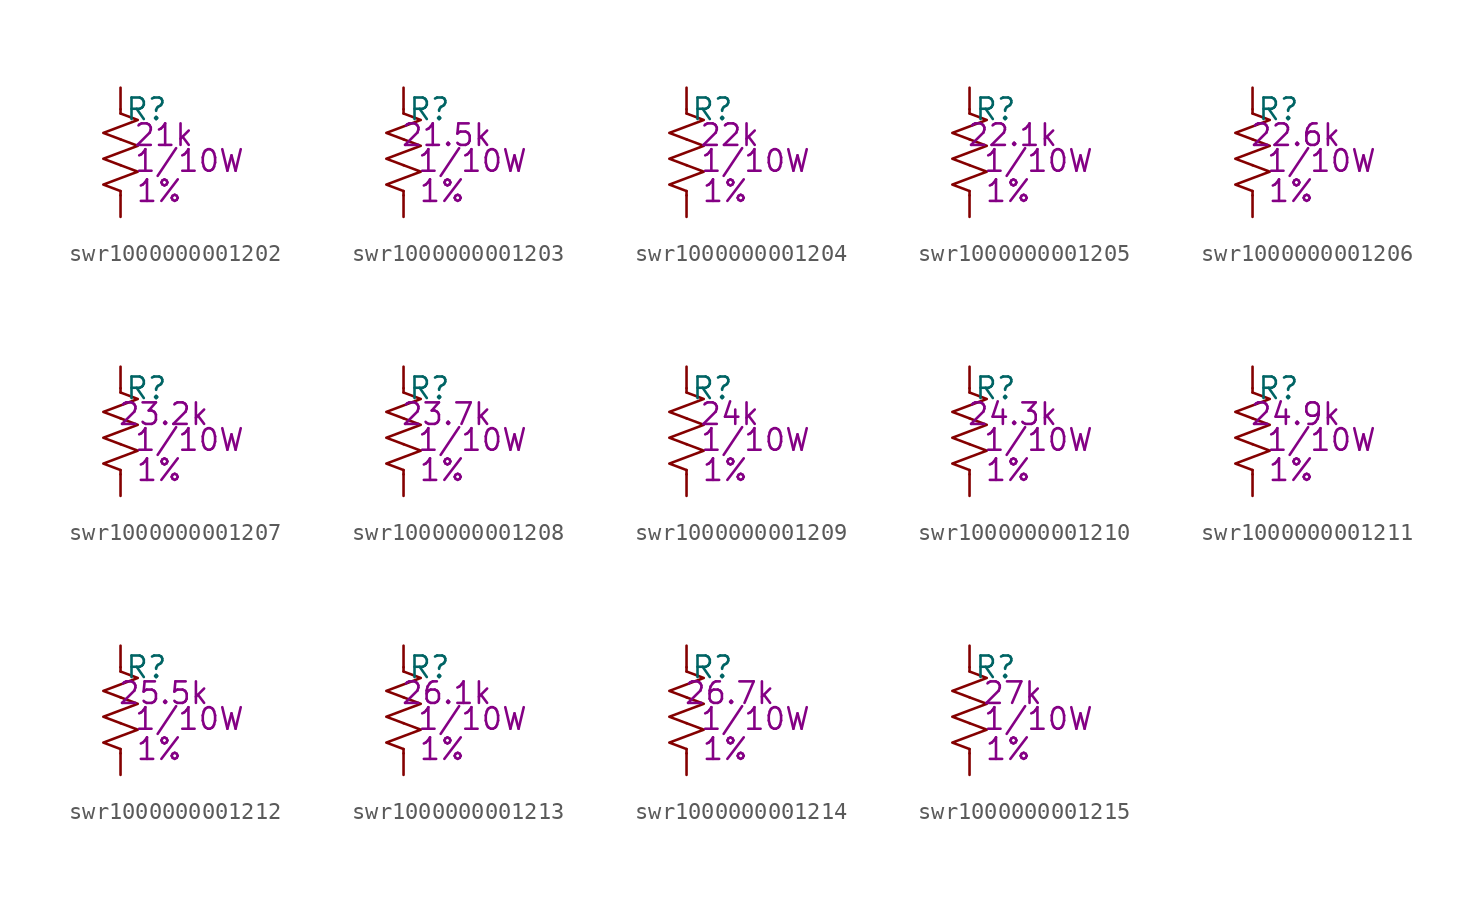
<source format=kicad_sym>
(kicad_symbol_lib
  (version 20211014)
  (generator kicad_symbol_editor)
  (symbol "swr1000000001202"
    (pin_numbers hide)
    (pin_names
      (offset 1.016))
    (property "Reference" "R"
      (at 1.524 2.54 0)
      (effects (font (size 1.27 1.27))))
    (property "PartValue" "21k"
      (at 2.54 1.016 0)
      (effects (font (size 1.27 1.27))))
    (property "Tolerance" "1%"
      (at 2.286 -2.286 0)
      (effects (font (size 1.27 1.27))))
    (property "Wattage" "1/10W"
      (at 4.064 -0.508 0)
      (effects (font (size 1.27 1.27))))
    (symbol "swr1000000001202_1_1"
      (polyline (pts (xy 0 -2.286) (xy 0 -2.54)) (stroke (width 0) (type default) (color 0 0 0 0)) (fill (type none)))
      (polyline (pts (xy 0 2.286) (xy 0 2.54)) (stroke (width 0) (type default) (color 0 0 0 0)) (fill (type none)))
      (polyline (pts (xy 0 -0.762) (xy 1.016 -1.143) (xy 0 -1.524) (xy -1.016 -1.905) (xy 0 -2.286)) (stroke (width 0) (type default) (color 0 0 0 0)) (fill (type none)))
      (polyline (pts (xy 0 0.762) (xy 1.016 0.381) (xy 0 0) (xy -1.016 -0.381) (xy 0 -0.762)) (stroke (width 0) (type default) (color 0 0 0 0)) (fill (type none)))
      (polyline (pts (xy 0 2.286) (xy 1.016 1.905) (xy 0 1.524) (xy -1.016 1.143) (xy 0 0.762)) (stroke (width 0) (type default) (color 0 0 0 0)) (fill (type none)))
      (pin passive line (at 0 3.81 270) (length 1.27) (name "~" (effects (font (size 1.27 1.27)))) (number "1" (effects (font (size 1.27 1.27)))))
      (pin passive line (at 0 -3.81 90) (length 1.27) (name "~" (effects (font (size 1.27 1.27)))) (number "2" (effects (font (size 1.27 1.27)))))))
  (symbol "swr1000000001203"
    (pin_numbers hide)
    (pin_names
      (offset 1.016))
    (property "Reference" "R"
      (at 1.524 2.54 0)
      (effects (font (size 1.27 1.27))))
    (property "PartValue" "21.5k"
      (at 2.54 1.016 0)
      (effects (font (size 1.27 1.27))))
    (property "Tolerance" "1%"
      (at 2.286 -2.286 0)
      (effects (font (size 1.27 1.27))))
    (property "Wattage" "1/10W"
      (at 4.064 -0.508 0)
      (effects (font (size 1.27 1.27))))
    (symbol "swr1000000001203_1_1"
      (polyline (pts (xy 0 -2.286) (xy 0 -2.54)) (stroke (width 0) (type default) (color 0 0 0 0)) (fill (type none)))
      (polyline (pts (xy 0 2.286) (xy 0 2.54)) (stroke (width 0) (type default) (color 0 0 0 0)) (fill (type none)))
      (polyline (pts (xy 0 -0.762) (xy 1.016 -1.143) (xy 0 -1.524) (xy -1.016 -1.905) (xy 0 -2.286)) (stroke (width 0) (type default) (color 0 0 0 0)) (fill (type none)))
      (polyline (pts (xy 0 0.762) (xy 1.016 0.381) (xy 0 0) (xy -1.016 -0.381) (xy 0 -0.762)) (stroke (width 0) (type default) (color 0 0 0 0)) (fill (type none)))
      (polyline (pts (xy 0 2.286) (xy 1.016 1.905) (xy 0 1.524) (xy -1.016 1.143) (xy 0 0.762)) (stroke (width 0) (type default) (color 0 0 0 0)) (fill (type none)))
      (pin passive line (at 0 3.81 270) (length 1.27) (name "~" (effects (font (size 1.27 1.27)))) (number "1" (effects (font (size 1.27 1.27)))))
      (pin passive line (at 0 -3.81 90) (length 1.27) (name "~" (effects (font (size 1.27 1.27)))) (number "2" (effects (font (size 1.27 1.27)))))))
  (symbol "swr1000000001204"
    (pin_numbers hide)
    (pin_names
      (offset 1.016))
    (property "Reference" "R"
      (at 1.524 2.54 0)
      (effects (font (size 1.27 1.27))))
    (property "PartValue" "22k"
      (at 2.54 1.016 0)
      (effects (font (size 1.27 1.27))))
    (property "Tolerance" "1%"
      (at 2.286 -2.286 0)
      (effects (font (size 1.27 1.27))))
    (property "Wattage" "1/10W"
      (at 4.064 -0.508 0)
      (effects (font (size 1.27 1.27))))
    (symbol "swr1000000001204_1_1"
      (polyline (pts (xy 0 -2.286) (xy 0 -2.54)) (stroke (width 0) (type default) (color 0 0 0 0)) (fill (type none)))
      (polyline (pts (xy 0 2.286) (xy 0 2.54)) (stroke (width 0) (type default) (color 0 0 0 0)) (fill (type none)))
      (polyline (pts (xy 0 -0.762) (xy 1.016 -1.143) (xy 0 -1.524) (xy -1.016 -1.905) (xy 0 -2.286)) (stroke (width 0) (type default) (color 0 0 0 0)) (fill (type none)))
      (polyline (pts (xy 0 0.762) (xy 1.016 0.381) (xy 0 0) (xy -1.016 -0.381) (xy 0 -0.762)) (stroke (width 0) (type default) (color 0 0 0 0)) (fill (type none)))
      (polyline (pts (xy 0 2.286) (xy 1.016 1.905) (xy 0 1.524) (xy -1.016 1.143) (xy 0 0.762)) (stroke (width 0) (type default) (color 0 0 0 0)) (fill (type none)))
      (pin passive line (at 0 3.81 270) (length 1.27) (name "~" (effects (font (size 1.27 1.27)))) (number "1" (effects (font (size 1.27 1.27)))))
      (pin passive line (at 0 -3.81 90) (length 1.27) (name "~" (effects (font (size 1.27 1.27)))) (number "2" (effects (font (size 1.27 1.27)))))))
  (symbol "swr1000000001205"
    (pin_numbers hide)
    (pin_names
      (offset 1.016))
    (property "Reference" "R"
      (at 1.524 2.54 0)
      (effects (font (size 1.27 1.27))))
    (property "PartValue" "22.1k"
      (at 2.54 1.016 0)
      (effects (font (size 1.27 1.27))))
    (property "Tolerance" "1%"
      (at 2.286 -2.286 0)
      (effects (font (size 1.27 1.27))))
    (property "Wattage" "1/10W"
      (at 4.064 -0.508 0)
      (effects (font (size 1.27 1.27))))
    (symbol "swr1000000001205_1_1"
      (polyline (pts (xy 0 -2.286) (xy 0 -2.54)) (stroke (width 0) (type default) (color 0 0 0 0)) (fill (type none)))
      (polyline (pts (xy 0 2.286) (xy 0 2.54)) (stroke (width 0) (type default) (color 0 0 0 0)) (fill (type none)))
      (polyline (pts (xy 0 -0.762) (xy 1.016 -1.143) (xy 0 -1.524) (xy -1.016 -1.905) (xy 0 -2.286)) (stroke (width 0) (type default) (color 0 0 0 0)) (fill (type none)))
      (polyline (pts (xy 0 0.762) (xy 1.016 0.381) (xy 0 0) (xy -1.016 -0.381) (xy 0 -0.762)) (stroke (width 0) (type default) (color 0 0 0 0)) (fill (type none)))
      (polyline (pts (xy 0 2.286) (xy 1.016 1.905) (xy 0 1.524) (xy -1.016 1.143) (xy 0 0.762)) (stroke (width 0) (type default) (color 0 0 0 0)) (fill (type none)))
      (pin passive line (at 0 3.81 270) (length 1.27) (name "~" (effects (font (size 1.27 1.27)))) (number "1" (effects (font (size 1.27 1.27)))))
      (pin passive line (at 0 -3.81 90) (length 1.27) (name "~" (effects (font (size 1.27 1.27)))) (number "2" (effects (font (size 1.27 1.27)))))))
  (symbol "swr1000000001206"
    (pin_numbers hide)
    (pin_names
      (offset 1.016))
    (property "Reference" "R"
      (at 1.524 2.54 0)
      (effects (font (size 1.27 1.27))))
    (property "PartValue" "22.6k"
      (at 2.54 1.016 0)
      (effects (font (size 1.27 1.27))))
    (property "Tolerance" "1%"
      (at 2.286 -2.286 0)
      (effects (font (size 1.27 1.27))))
    (property "Wattage" "1/10W"
      (at 4.064 -0.508 0)
      (effects (font (size 1.27 1.27))))
    (symbol "swr1000000001206_1_1"
      (polyline (pts (xy 0 -2.286) (xy 0 -2.54)) (stroke (width 0) (type default) (color 0 0 0 0)) (fill (type none)))
      (polyline (pts (xy 0 2.286) (xy 0 2.54)) (stroke (width 0) (type default) (color 0 0 0 0)) (fill (type none)))
      (polyline (pts (xy 0 -0.762) (xy 1.016 -1.143) (xy 0 -1.524) (xy -1.016 -1.905) (xy 0 -2.286)) (stroke (width 0) (type default) (color 0 0 0 0)) (fill (type none)))
      (polyline (pts (xy 0 0.762) (xy 1.016 0.381) (xy 0 0) (xy -1.016 -0.381) (xy 0 -0.762)) (stroke (width 0) (type default) (color 0 0 0 0)) (fill (type none)))
      (polyline (pts (xy 0 2.286) (xy 1.016 1.905) (xy 0 1.524) (xy -1.016 1.143) (xy 0 0.762)) (stroke (width 0) (type default) (color 0 0 0 0)) (fill (type none)))
      (pin passive line (at 0 3.81 270) (length 1.27) (name "~" (effects (font (size 1.27 1.27)))) (number "1" (effects (font (size 1.27 1.27)))))
      (pin passive line (at 0 -3.81 90) (length 1.27) (name "~" (effects (font (size 1.27 1.27)))) (number "2" (effects (font (size 1.27 1.27)))))))
  (symbol "swr1000000001207"
    (pin_numbers hide)
    (pin_names
      (offset 1.016))
    (property "Reference" "R"
      (at 1.524 2.54 0)
      (effects (font (size 1.27 1.27))))
    (property "PartValue" "23.2k"
      (at 2.54 1.016 0)
      (effects (font (size 1.27 1.27))))
    (property "Tolerance" "1%"
      (at 2.286 -2.286 0)
      (effects (font (size 1.27 1.27))))
    (property "Wattage" "1/10W"
      (at 4.064 -0.508 0)
      (effects (font (size 1.27 1.27))))
    (symbol "swr1000000001207_1_1"
      (polyline (pts (xy 0 -2.286) (xy 0 -2.54)) (stroke (width 0) (type default) (color 0 0 0 0)) (fill (type none)))
      (polyline (pts (xy 0 2.286) (xy 0 2.54)) (stroke (width 0) (type default) (color 0 0 0 0)) (fill (type none)))
      (polyline (pts (xy 0 -0.762) (xy 1.016 -1.143) (xy 0 -1.524) (xy -1.016 -1.905) (xy 0 -2.286)) (stroke (width 0) (type default) (color 0 0 0 0)) (fill (type none)))
      (polyline (pts (xy 0 0.762) (xy 1.016 0.381) (xy 0 0) (xy -1.016 -0.381) (xy 0 -0.762)) (stroke (width 0) (type default) (color 0 0 0 0)) (fill (type none)))
      (polyline (pts (xy 0 2.286) (xy 1.016 1.905) (xy 0 1.524) (xy -1.016 1.143) (xy 0 0.762)) (stroke (width 0) (type default) (color 0 0 0 0)) (fill (type none)))
      (pin passive line (at 0 3.81 270) (length 1.27) (name "~" (effects (font (size 1.27 1.27)))) (number "1" (effects (font (size 1.27 1.27)))))
      (pin passive line (at 0 -3.81 90) (length 1.27) (name "~" (effects (font (size 1.27 1.27)))) (number "2" (effects (font (size 1.27 1.27)))))))
  (symbol "swr1000000001208"
    (pin_numbers hide)
    (pin_names
      (offset 1.016))
    (property "Reference" "R"
      (at 1.524 2.54 0)
      (effects (font (size 1.27 1.27))))
    (property "PartValue" "23.7k"
      (at 2.54 1.016 0)
      (effects (font (size 1.27 1.27))))
    (property "Tolerance" "1%"
      (at 2.286 -2.286 0)
      (effects (font (size 1.27 1.27))))
    (property "Wattage" "1/10W"
      (at 4.064 -0.508 0)
      (effects (font (size 1.27 1.27))))
    (symbol "swr1000000001208_1_1"
      (polyline (pts (xy 0 -2.286) (xy 0 -2.54)) (stroke (width 0) (type default) (color 0 0 0 0)) (fill (type none)))
      (polyline (pts (xy 0 2.286) (xy 0 2.54)) (stroke (width 0) (type default) (color 0 0 0 0)) (fill (type none)))
      (polyline (pts (xy 0 -0.762) (xy 1.016 -1.143) (xy 0 -1.524) (xy -1.016 -1.905) (xy 0 -2.286)) (stroke (width 0) (type default) (color 0 0 0 0)) (fill (type none)))
      (polyline (pts (xy 0 0.762) (xy 1.016 0.381) (xy 0 0) (xy -1.016 -0.381) (xy 0 -0.762)) (stroke (width 0) (type default) (color 0 0 0 0)) (fill (type none)))
      (polyline (pts (xy 0 2.286) (xy 1.016 1.905) (xy 0 1.524) (xy -1.016 1.143) (xy 0 0.762)) (stroke (width 0) (type default) (color 0 0 0 0)) (fill (type none)))
      (pin passive line (at 0 3.81 270) (length 1.27) (name "~" (effects (font (size 1.27 1.27)))) (number "1" (effects (font (size 1.27 1.27)))))
      (pin passive line (at 0 -3.81 90) (length 1.27) (name "~" (effects (font (size 1.27 1.27)))) (number "2" (effects (font (size 1.27 1.27)))))))
  (symbol "swr1000000001209"
    (pin_numbers hide)
    (pin_names
      (offset 1.016))
    (property "Reference" "R"
      (at 1.524 2.54 0)
      (effects (font (size 1.27 1.27))))
    (property "PartValue" "24k"
      (at 2.54 1.016 0)
      (effects (font (size 1.27 1.27))))
    (property "Tolerance" "1%"
      (at 2.286 -2.286 0)
      (effects (font (size 1.27 1.27))))
    (property "Wattage" "1/10W"
      (at 4.064 -0.508 0)
      (effects (font (size 1.27 1.27))))
    (symbol "swr1000000001209_1_1"
      (polyline (pts (xy 0 -2.286) (xy 0 -2.54)) (stroke (width 0) (type default) (color 0 0 0 0)) (fill (type none)))
      (polyline (pts (xy 0 2.286) (xy 0 2.54)) (stroke (width 0) (type default) (color 0 0 0 0)) (fill (type none)))
      (polyline (pts (xy 0 -0.762) (xy 1.016 -1.143) (xy 0 -1.524) (xy -1.016 -1.905) (xy 0 -2.286)) (stroke (width 0) (type default) (color 0 0 0 0)) (fill (type none)))
      (polyline (pts (xy 0 0.762) (xy 1.016 0.381) (xy 0 0) (xy -1.016 -0.381) (xy 0 -0.762)) (stroke (width 0) (type default) (color 0 0 0 0)) (fill (type none)))
      (polyline (pts (xy 0 2.286) (xy 1.016 1.905) (xy 0 1.524) (xy -1.016 1.143) (xy 0 0.762)) (stroke (width 0) (type default) (color 0 0 0 0)) (fill (type none)))
      (pin passive line (at 0 3.81 270) (length 1.27) (name "~" (effects (font (size 1.27 1.27)))) (number "1" (effects (font (size 1.27 1.27)))))
      (pin passive line (at 0 -3.81 90) (length 1.27) (name "~" (effects (font (size 1.27 1.27)))) (number "2" (effects (font (size 1.27 1.27)))))))
  (symbol "swr1000000001210"
    (pin_numbers hide)
    (pin_names
      (offset 1.016))
    (property "Reference" "R"
      (at 1.524 2.54 0)
      (effects (font (size 1.27 1.27))))
    (property "PartValue" "24.3k"
      (at 2.54 1.016 0)
      (effects (font (size 1.27 1.27))))
    (property "Tolerance" "1%"
      (at 2.286 -2.286 0)
      (effects (font (size 1.27 1.27))))
    (property "Wattage" "1/10W"
      (at 4.064 -0.508 0)
      (effects (font (size 1.27 1.27))))
    (symbol "swr1000000001210_1_1"
      (polyline (pts (xy 0 -2.286) (xy 0 -2.54)) (stroke (width 0) (type default) (color 0 0 0 0)) (fill (type none)))
      (polyline (pts (xy 0 2.286) (xy 0 2.54)) (stroke (width 0) (type default) (color 0 0 0 0)) (fill (type none)))
      (polyline (pts (xy 0 -0.762) (xy 1.016 -1.143) (xy 0 -1.524) (xy -1.016 -1.905) (xy 0 -2.286)) (stroke (width 0) (type default) (color 0 0 0 0)) (fill (type none)))
      (polyline (pts (xy 0 0.762) (xy 1.016 0.381) (xy 0 0) (xy -1.016 -0.381) (xy 0 -0.762)) (stroke (width 0) (type default) (color 0 0 0 0)) (fill (type none)))
      (polyline (pts (xy 0 2.286) (xy 1.016 1.905) (xy 0 1.524) (xy -1.016 1.143) (xy 0 0.762)) (stroke (width 0) (type default) (color 0 0 0 0)) (fill (type none)))
      (pin passive line (at 0 3.81 270) (length 1.27) (name "~" (effects (font (size 1.27 1.27)))) (number "1" (effects (font (size 1.27 1.27)))))
      (pin passive line (at 0 -3.81 90) (length 1.27) (name "~" (effects (font (size 1.27 1.27)))) (number "2" (effects (font (size 1.27 1.27)))))))
  (symbol "swr1000000001211"
    (pin_numbers hide)
    (pin_names
      (offset 1.016))
    (property "Reference" "R"
      (at 1.524 2.54 0)
      (effects (font (size 1.27 1.27))))
    (property "PartValue" "24.9k"
      (at 2.54 1.016 0)
      (effects (font (size 1.27 1.27))))
    (property "Tolerance" "1%"
      (at 2.286 -2.286 0)
      (effects (font (size 1.27 1.27))))
    (property "Wattage" "1/10W"
      (at 4.064 -0.508 0)
      (effects (font (size 1.27 1.27))))
    (symbol "swr1000000001211_1_1"
      (polyline (pts (xy 0 -2.286) (xy 0 -2.54)) (stroke (width 0) (type default) (color 0 0 0 0)) (fill (type none)))
      (polyline (pts (xy 0 2.286) (xy 0 2.54)) (stroke (width 0) (type default) (color 0 0 0 0)) (fill (type none)))
      (polyline (pts (xy 0 -0.762) (xy 1.016 -1.143) (xy 0 -1.524) (xy -1.016 -1.905) (xy 0 -2.286)) (stroke (width 0) (type default) (color 0 0 0 0)) (fill (type none)))
      (polyline (pts (xy 0 0.762) (xy 1.016 0.381) (xy 0 0) (xy -1.016 -0.381) (xy 0 -0.762)) (stroke (width 0) (type default) (color 0 0 0 0)) (fill (type none)))
      (polyline (pts (xy 0 2.286) (xy 1.016 1.905) (xy 0 1.524) (xy -1.016 1.143) (xy 0 0.762)) (stroke (width 0) (type default) (color 0 0 0 0)) (fill (type none)))
      (pin passive line (at 0 3.81 270) (length 1.27) (name "~" (effects (font (size 1.27 1.27)))) (number "1" (effects (font (size 1.27 1.27)))))
      (pin passive line (at 0 -3.81 90) (length 1.27) (name "~" (effects (font (size 1.27 1.27)))) (number "2" (effects (font (size 1.27 1.27)))))))
  (symbol "swr1000000001212"
    (pin_numbers hide)
    (pin_names
      (offset 1.016))
    (property "Reference" "R"
      (at 1.524 2.54 0)
      (effects (font (size 1.27 1.27))))
    (property "PartValue" "25.5k"
      (at 2.54 1.016 0)
      (effects (font (size 1.27 1.27))))
    (property "Tolerance" "1%"
      (at 2.286 -2.286 0)
      (effects (font (size 1.27 1.27))))
    (property "Wattage" "1/10W"
      (at 4.064 -0.508 0)
      (effects (font (size 1.27 1.27))))
    (symbol "swr1000000001212_1_1"
      (polyline (pts (xy 0 -2.286) (xy 0 -2.54)) (stroke (width 0) (type default) (color 0 0 0 0)) (fill (type none)))
      (polyline (pts (xy 0 2.286) (xy 0 2.54)) (stroke (width 0) (type default) (color 0 0 0 0)) (fill (type none)))
      (polyline (pts (xy 0 -0.762) (xy 1.016 -1.143) (xy 0 -1.524) (xy -1.016 -1.905) (xy 0 -2.286)) (stroke (width 0) (type default) (color 0 0 0 0)) (fill (type none)))
      (polyline (pts (xy 0 0.762) (xy 1.016 0.381) (xy 0 0) (xy -1.016 -0.381) (xy 0 -0.762)) (stroke (width 0) (type default) (color 0 0 0 0)) (fill (type none)))
      (polyline (pts (xy 0 2.286) (xy 1.016 1.905) (xy 0 1.524) (xy -1.016 1.143) (xy 0 0.762)) (stroke (width 0) (type default) (color 0 0 0 0)) (fill (type none)))
      (pin passive line (at 0 3.81 270) (length 1.27) (name "~" (effects (font (size 1.27 1.27)))) (number "1" (effects (font (size 1.27 1.27)))))
      (pin passive line (at 0 -3.81 90) (length 1.27) (name "~" (effects (font (size 1.27 1.27)))) (number "2" (effects (font (size 1.27 1.27)))))))
  (symbol "swr1000000001213"
    (pin_numbers hide)
    (pin_names
      (offset 1.016))
    (property "Reference" "R"
      (at 1.524 2.54 0)
      (effects (font (size 1.27 1.27))))
    (property "PartValue" "26.1k"
      (at 2.54 1.016 0)
      (effects (font (size 1.27 1.27))))
    (property "Tolerance" "1%"
      (at 2.286 -2.286 0)
      (effects (font (size 1.27 1.27))))
    (property "Wattage" "1/10W"
      (at 4.064 -0.508 0)
      (effects (font (size 1.27 1.27))))
    (symbol "swr1000000001213_1_1"
      (polyline (pts (xy 0 -2.286) (xy 0 -2.54)) (stroke (width 0) (type default) (color 0 0 0 0)) (fill (type none)))
      (polyline (pts (xy 0 2.286) (xy 0 2.54)) (stroke (width 0) (type default) (color 0 0 0 0)) (fill (type none)))
      (polyline (pts (xy 0 -0.762) (xy 1.016 -1.143) (xy 0 -1.524) (xy -1.016 -1.905) (xy 0 -2.286)) (stroke (width 0) (type default) (color 0 0 0 0)) (fill (type none)))
      (polyline (pts (xy 0 0.762) (xy 1.016 0.381) (xy 0 0) (xy -1.016 -0.381) (xy 0 -0.762)) (stroke (width 0) (type default) (color 0 0 0 0)) (fill (type none)))
      (polyline (pts (xy 0 2.286) (xy 1.016 1.905) (xy 0 1.524) (xy -1.016 1.143) (xy 0 0.762)) (stroke (width 0) (type default) (color 0 0 0 0)) (fill (type none)))
      (pin passive line (at 0 3.81 270) (length 1.27) (name "~" (effects (font (size 1.27 1.27)))) (number "1" (effects (font (size 1.27 1.27)))))
      (pin passive line (at 0 -3.81 90) (length 1.27) (name "~" (effects (font (size 1.27 1.27)))) (number "2" (effects (font (size 1.27 1.27)))))))
  (symbol "swr1000000001214"
    (pin_numbers hide)
    (pin_names
      (offset 1.016))
    (property "Reference" "R"
      (at 1.524 2.54 0)
      (effects (font (size 1.27 1.27))))
    (property "PartValue" "26.7k"
      (at 2.54 1.016 0)
      (effects (font (size 1.27 1.27))))
    (property "Tolerance" "1%"
      (at 2.286 -2.286 0)
      (effects (font (size 1.27 1.27))))
    (property "Wattage" "1/10W"
      (at 4.064 -0.508 0)
      (effects (font (size 1.27 1.27))))
    (symbol "swr1000000001214_1_1"
      (polyline (pts (xy 0 -2.286) (xy 0 -2.54)) (stroke (width 0) (type default) (color 0 0 0 0)) (fill (type none)))
      (polyline (pts (xy 0 2.286) (xy 0 2.54)) (stroke (width 0) (type default) (color 0 0 0 0)) (fill (type none)))
      (polyline (pts (xy 0 -0.762) (xy 1.016 -1.143) (xy 0 -1.524) (xy -1.016 -1.905) (xy 0 -2.286)) (stroke (width 0) (type default) (color 0 0 0 0)) (fill (type none)))
      (polyline (pts (xy 0 0.762) (xy 1.016 0.381) (xy 0 0) (xy -1.016 -0.381) (xy 0 -0.762)) (stroke (width 0) (type default) (color 0 0 0 0)) (fill (type none)))
      (polyline (pts (xy 0 2.286) (xy 1.016 1.905) (xy 0 1.524) (xy -1.016 1.143) (xy 0 0.762)) (stroke (width 0) (type default) (color 0 0 0 0)) (fill (type none)))
      (pin passive line (at 0 3.81 270) (length 1.27) (name "~" (effects (font (size 1.27 1.27)))) (number "1" (effects (font (size 1.27 1.27)))))
      (pin passive line (at 0 -3.81 90) (length 1.27) (name "~" (effects (font (size 1.27 1.27)))) (number "2" (effects (font (size 1.27 1.27)))))))
  (symbol "swr1000000001215"
    (pin_numbers hide)
    (pin_names
      (offset 1.016))
    (property "Reference" "R"
      (at 1.524 2.54 0)
      (effects (font (size 1.27 1.27))))
    (property "PartValue" "27k"
      (at 2.54 1.016 0)
      (effects (font (size 1.27 1.27))))
    (property "Tolerance" "1%"
      (at 2.286 -2.286 0)
      (effects (font (size 1.27 1.27))))
    (property "Wattage" "1/10W"
      (at 4.064 -0.508 0)
      (effects (font (size 1.27 1.27))))
    (symbol "swr1000000001215_1_1"
      (polyline (pts (xy 0 -2.286) (xy 0 -2.54)) (stroke (width 0) (type default) (color 0 0 0 0)) (fill (type none)))
      (polyline (pts (xy 0 2.286) (xy 0 2.54)) (stroke (width 0) (type default) (color 0 0 0 0)) (fill (type none)))
      (polyline (pts (xy 0 -0.762) (xy 1.016 -1.143) (xy 0 -1.524) (xy -1.016 -1.905) (xy 0 -2.286)) (stroke (width 0) (type default) (color 0 0 0 0)) (fill (type none)))
      (polyline (pts (xy 0 0.762) (xy 1.016 0.381) (xy 0 0) (xy -1.016 -0.381) (xy 0 -0.762)) (stroke (width 0) (type default) (color 0 0 0 0)) (fill (type none)))
      (polyline (pts (xy 0 2.286) (xy 1.016 1.905) (xy 0 1.524) (xy -1.016 1.143) (xy 0 0.762)) (stroke (width 0) (type default) (color 0 0 0 0)) (fill (type none)))
      (pin passive line (at 0 3.81 270) (length 1.27) (name "~" (effects (font (size 1.27 1.27)))) (number "1" (effects (font (size 1.27 1.27)))))
      (pin passive line (at 0 -3.81 90) (length 1.27) (name "~" (effects (font (size 1.27 1.27)))) (number "2" (effects (font (size 1.27 1.27))))))))
</source>
